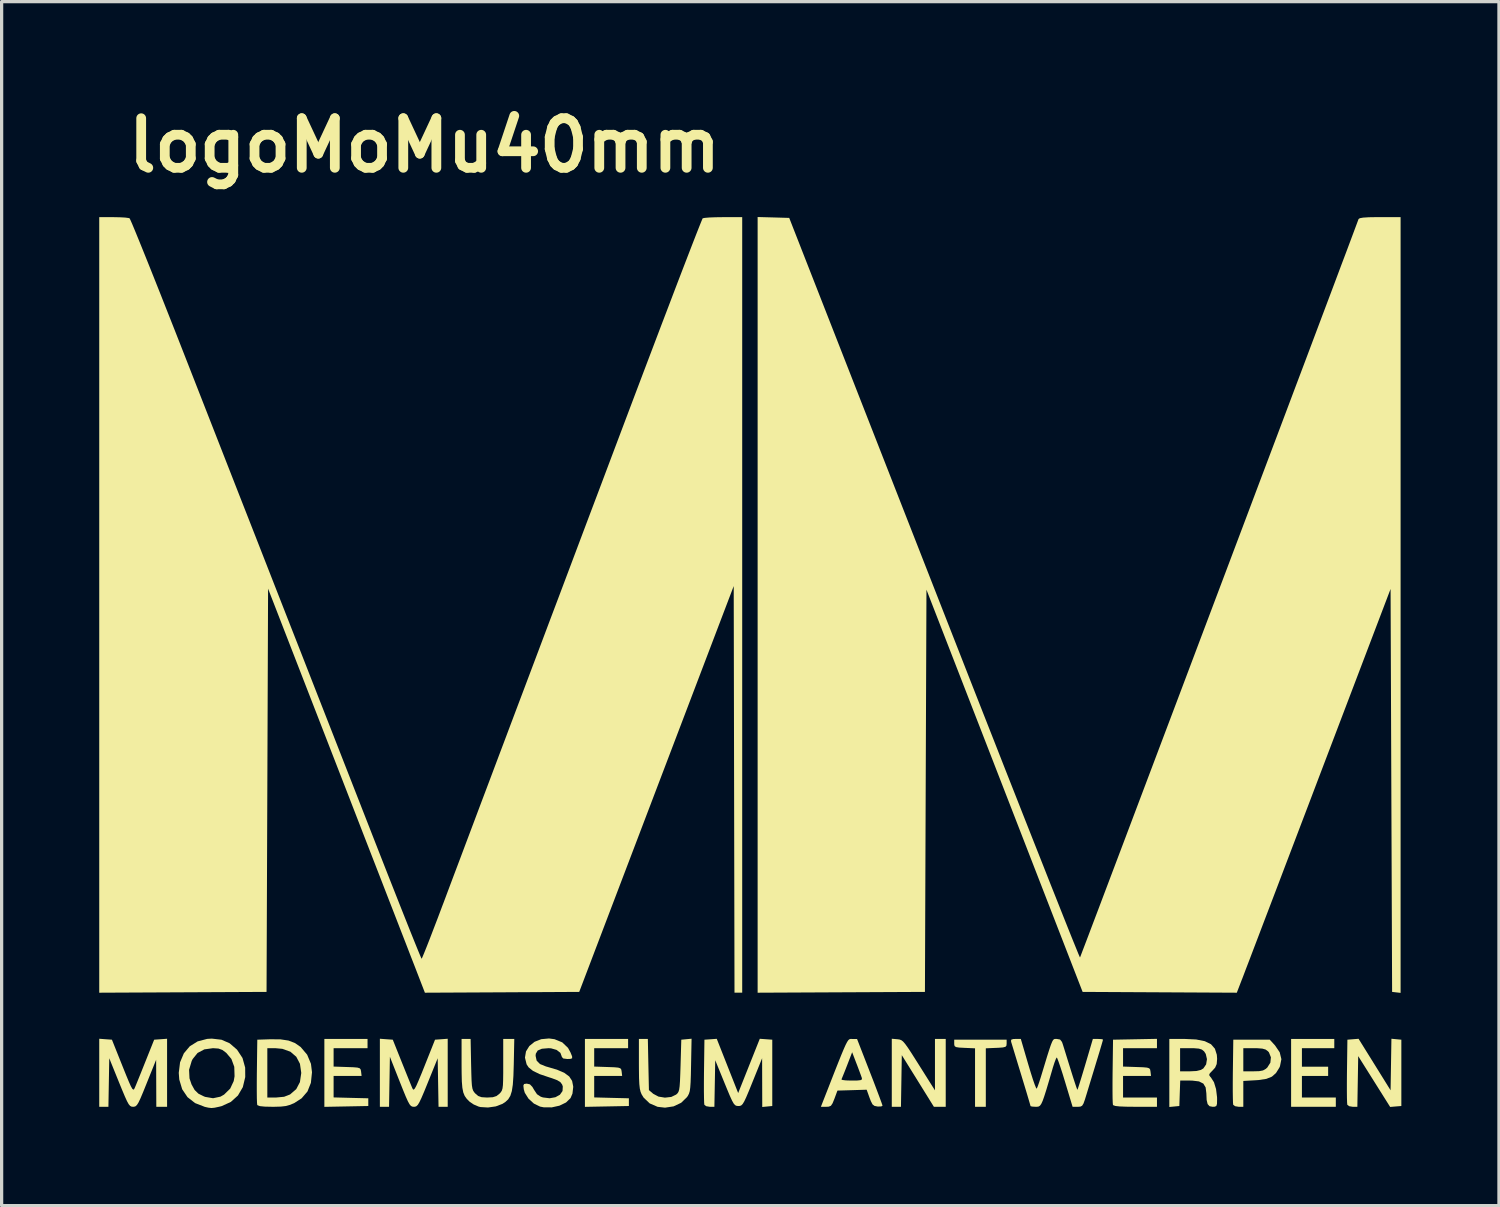
<source format=kicad_pcb>
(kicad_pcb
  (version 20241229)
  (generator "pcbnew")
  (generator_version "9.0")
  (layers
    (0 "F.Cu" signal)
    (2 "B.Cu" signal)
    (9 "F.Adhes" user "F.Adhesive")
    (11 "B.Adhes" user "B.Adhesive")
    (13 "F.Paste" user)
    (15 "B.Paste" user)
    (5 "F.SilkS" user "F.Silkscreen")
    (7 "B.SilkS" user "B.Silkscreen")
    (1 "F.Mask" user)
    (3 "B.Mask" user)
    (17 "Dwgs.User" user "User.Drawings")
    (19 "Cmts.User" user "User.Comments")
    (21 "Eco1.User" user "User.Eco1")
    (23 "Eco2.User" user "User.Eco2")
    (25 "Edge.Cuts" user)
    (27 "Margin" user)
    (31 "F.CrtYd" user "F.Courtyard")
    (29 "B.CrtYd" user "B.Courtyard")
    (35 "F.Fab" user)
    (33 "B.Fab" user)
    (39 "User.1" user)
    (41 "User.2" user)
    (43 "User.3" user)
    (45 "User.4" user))
  (footprint "logoMoMu40mm"
    (layer "F.Cu")
    (at 19.998 17.318)
    (property "Reference" "logoMoMu40mm" (at -10 -15.9 0) (layer "F.SilkS") (effects (font (size 1.524 1.524) (thickness 0.3))))
    (attr board_only exclude_from_pos_files exclude_from_bom)
    (fp_poly (pts (xy 17.96 11.847) (xy 16.965 11.847) (xy 16.965 12.416) (xy 17.771 12.416) (xy 17.771 12.7) (xy 16.965 12.7) (xy 16.965 13.363) (xy 18.007 13.363) (xy 18.007 13.648) (xy 16.633 13.648) (xy 16.633 11.563) (xy 17.96 11.563)) (stroke (width 0) (type solid)) (fill yes) (layer "F.SilkS"))
    (fp_poly (pts (xy 7.89 11.705) (xy 7.884 11.768) (xy 7.853 11.805) (xy 7.775 11.824) (xy 7.63 11.835) (xy 7.57 11.837) (xy 7.25 11.851) (xy 7.25 13.648) (xy 6.919 13.648) (xy 6.919 11.851) (xy 6.599 11.837) (xy 6.429 11.828) (xy 6.333 11.812) (xy 6.29 11.781) (xy 6.279 11.727) (xy 6.279 11.705) (xy 6.279 11.586) (xy 7.89 11.586)) (stroke (width 0) (type solid)) (fill yes) (layer "F.SilkS"))
    (fp_poly (pts (xy -11.752 11.847) (xy -12.795 11.847) (xy -12.795 12.412) (xy -12.38 12.426) (xy -12.182 12.433) (xy -12.059 12.444) (xy -11.992 12.465) (xy -11.963 12.502) (xy -11.951 12.562) (xy -11.95 12.57) (xy -11.935 12.7) (xy -12.795 12.7) (xy -12.795 13.36) (xy -12.262 13.374) (xy -11.729 13.387) (xy -11.729 13.624) (xy -13.079 13.65) (xy -13.079 11.563) (xy -11.752 11.563)) (stroke (width 0) (type solid)) (fill yes) (layer "F.SilkS"))
    (fp_poly (pts (xy -3.744 11.847) (xy -4.786 11.847) (xy -4.786 12.412) (xy -4.372 12.426) (xy -4.173 12.433) (xy -4.05 12.444) (xy -3.983 12.465) (xy -3.954 12.502) (xy -3.943 12.562) (xy -3.942 12.57) (xy -3.927 12.7) (xy -4.786 12.7) (xy -4.786 13.36) (xy -4.253 13.374) (xy -3.72 13.387) (xy -3.72 13.624) (xy -5.071 13.65) (xy -5.071 11.563) (xy -3.744 11.563)) (stroke (width 0) (type solid)) (fill yes) (layer "F.SilkS"))
    (fp_poly (pts (xy 4.534 11.572) (xy 4.595 11.58) (xy 4.65 11.599) (xy 4.705 11.64) (xy 4.771 11.715) (xy 4.856 11.833) (xy 4.969 12.005) (xy 5.12 12.243) (xy 5.197 12.365) (xy 5.687 13.143) (xy 5.687 11.563) (xy 6.018 11.563) (xy 6.018 13.648) (xy 5.654 13.648) (xy 5.161 12.854) (xy 4.668 12.061) (xy 4.642 13.648) (xy 4.36 13.648) (xy 4.36 11.557)) (stroke (width 0) (type solid)) (fill yes) (layer "F.SilkS"))
    (fp_poly (pts (xy 20.021 11.586) (xy 20.021 13.624) (xy 19.849 13.638) (xy 19.677 13.653) (xy 19.186 12.872) (xy 18.695 12.091) (xy 18.682 12.869) (xy 18.669 13.648) (xy 18.526 13.648) (xy 18.418 13.63) (xy 18.36 13.587) (xy 18.354 13.523) (xy 18.349 13.38) (xy 18.347 13.172) (xy 18.347 12.915) (xy 18.349 12.624) (xy 18.35 12.557) (xy 18.363 11.586) (xy 18.706 11.558) (xy 19.198 12.349) (xy 19.69 13.141) (xy 19.703 12.349) (xy 19.716 11.557)) (stroke (width 0) (type solid)) (fill yes) (layer "F.SilkS"))
    (fp_poly (pts (xy 12.51 11.847) (xy 11.468 11.847) (xy 11.468 12.412) (xy 11.883 12.426) (xy 12.081 12.433) (xy 12.204 12.444) (xy 12.271 12.465) (xy 12.3 12.502) (xy 12.311 12.562) (xy 12.312 12.57) (xy 12.327 12.7) (xy 11.468 12.7) (xy 11.468 13.363) (xy 12.51 13.363) (xy 12.51 13.648) (xy 11.846 13.648) (xy 11.561 13.645) (xy 11.361 13.637) (xy 11.234 13.623) (xy 11.169 13.601) (xy 11.157 13.587) (xy 11.151 13.523) (xy 11.146 13.38) (xy 11.144 13.172) (xy 11.144 12.915) (xy 11.146 12.624) (xy 11.147 12.557) (xy 11.16 11.586) (xy 11.835 11.573) (xy 12.51 11.56)) (stroke (width 0) (type solid)) (fill yes) (layer "F.SilkS"))
    (fp_poly (pts (xy -1.809 12.377) (xy -1.815 12.677) (xy -1.823 12.898) (xy -1.834 13.055) (xy -1.849 13.166) (xy -1.873 13.245) (xy -1.905 13.308) (xy -1.935 13.352) (xy -2.113 13.525) (xy -2.346 13.635) (xy -2.609 13.675) (xy -2.837 13.649) (xy -3.08 13.544) (xy -3.266 13.367) (xy -3.329 13.265) (xy -3.361 13.187) (xy -3.384 13.088) (xy -3.399 12.951) (xy -3.408 12.761) (xy -3.411 12.501) (xy -3.412 12.333) (xy -3.412 11.563) (xy -3.137 11.563) (xy -3.121 12.349) (xy -3.104 13.135) (xy -2.971 13.249) (xy -2.81 13.335) (xy -2.612 13.367) (xy -2.416 13.345) (xy -2.268 13.273) (xy -2.227 13.236) (xy -2.197 13.19) (xy -2.175 13.122) (xy -2.16 13.016) (xy -2.149 12.857) (xy -2.14 12.63) (xy -2.132 12.384) (xy -2.109 11.586) (xy -1.793 11.556)) (stroke (width 0) (type solid)) (fill yes) (layer "F.SilkS"))
    (fp_poly (pts (xy -17.913 13.648) (xy -18.244 13.648) (xy -18.249 12.202) (xy -18.54 12.925) (xy -18.648 13.193) (xy -18.729 13.385) (xy -18.79 13.514) (xy -18.839 13.592) (xy -18.882 13.632) (xy -18.927 13.646) (xy -18.958 13.648) (xy -19.006 13.643) (xy -19.049 13.62) (xy -19.094 13.567) (xy -19.146 13.472) (xy -19.214 13.322) (xy -19.305 13.105) (xy -19.388 12.902) (xy -19.69 12.156) (xy -19.703 12.902) (xy -19.716 13.648) (xy -19.998 13.648) (xy -19.998 11.557) (xy -19.803 11.572) (xy -19.608 11.586) (xy -19.286 12.392) (xy -19.172 12.675) (xy -19.087 12.88) (xy -19.026 13.016) (xy -18.983 13.093) (xy -18.952 13.121) (xy -18.929 13.11) (xy -18.912 13.079) (xy -18.876 12.995) (xy -18.813 12.841) (xy -18.73 12.636) (xy -18.635 12.399) (xy -18.585 12.274) (xy -18.31 11.586) (xy -18.111 11.572) (xy -17.913 11.557)) (stroke (width 0) (type solid)) (fill yes) (layer "F.SilkS"))
    (fp_poly (pts (xy -9.288 13.648) (xy -9.57 13.648) (xy -9.583 12.902) (xy -9.596 12.156) (xy -9.898 12.902) (xy -10.009 13.175) (xy -10.093 13.371) (xy -10.156 13.504) (xy -10.205 13.586) (xy -10.249 13.629) (xy -10.292 13.646) (xy -10.329 13.648) (xy -10.377 13.643) (xy -10.419 13.621) (xy -10.462 13.57) (xy -10.513 13.477) (xy -10.579 13.33) (xy -10.666 13.118) (xy -10.761 12.88) (xy -11.065 12.111) (xy -11.091 13.648) (xy -11.373 13.648) (xy -11.373 11.557) (xy -11.174 11.572) (xy -10.976 11.586) (xy -10.701 12.274) (xy -10.602 12.52) (xy -10.512 12.743) (xy -10.438 12.925) (xy -10.388 13.047) (xy -10.374 13.079) (xy -10.353 13.115) (xy -10.329 13.119) (xy -10.296 13.082) (xy -10.249 12.994) (xy -10.184 12.845) (xy -10.093 12.626) (xy -9.999 12.392) (xy -9.678 11.586) (xy -9.483 11.572) (xy -9.288 11.557)) (stroke (width 0) (type solid)) (fill yes) (layer "F.SilkS"))
    (fp_poly (pts (xy 0.495 11.572) (xy 0.687 11.586) (xy 0.687 13.624) (xy 0.533 13.639) (xy 0.379 13.654) (xy 0.377 12.904) (xy 0.375 12.155) (xy 0.078 12.89) (xy -0.031 13.159) (xy -0.113 13.353) (xy -0.175 13.484) (xy -0.224 13.564) (xy -0.267 13.606) (xy -0.311 13.622) (xy -0.355 13.624) (xy -0.408 13.62) (xy -0.452 13.6) (xy -0.497 13.551) (xy -0.548 13.461) (xy -0.615 13.316) (xy -0.703 13.105) (xy -0.779 12.92) (xy -1.066 12.217) (xy -1.079 12.932) (xy -1.092 13.648) (xy -1.235 13.648) (xy -1.343 13.63) (xy -1.4 13.587) (xy -1.407 13.523) (xy -1.411 13.38) (xy -1.414 13.172) (xy -1.414 12.915) (xy -1.412 12.624) (xy -1.411 12.557) (xy -1.398 11.586) (xy -1.208 11.573) (xy -1.019 11.559) (xy -0.69 12.393) (xy -0.361 13.226) (xy -0.029 12.392) (xy 0.303 11.558)) (stroke (width 0) (type solid)) (fill yes) (layer "F.SilkS"))
    (fp_poly (pts (xy 16.137 11.76) (xy 16.282 11.972) (xy 16.334 12.185) (xy 16.291 12.401) (xy 16.271 12.446) (xy 16.168 12.611) (xy 16.042 12.722) (xy 15.872 12.79) (xy 15.635 12.826) (xy 15.545 12.832) (xy 15.164 12.854) (xy 15.164 13.648) (xy 15.021 13.648) (xy 14.912 13.63) (xy 14.854 13.587) (xy 14.847 13.523) (xy 14.843 13.38) (xy 14.84 13.172) (xy 14.84 12.915) (xy 14.842 12.624) (xy 14.843 12.558) (xy 15.164 12.558) (xy 15.474 12.558) (xy 15.653 12.553) (xy 15.769 12.531) (xy 15.852 12.485) (xy 15.901 12.442) (xy 15.995 12.292) (xy 16.012 12.127) (xy 15.952 11.976) (xy 15.922 11.942) (xy 15.85 11.889) (xy 15.749 11.86) (xy 15.592 11.848) (xy 15.496 11.847) (xy 15.164 11.847) (xy 15.164 12.558) (xy 14.843 12.558) (xy 14.843 12.557) (xy 14.856 11.586) (xy 15.977 11.586)) (stroke (width 0) (type solid)) (fill yes) (layer "F.SilkS"))
    (fp_poly (pts (xy -14.432 11.575) (xy -14.183 11.612) (xy -13.982 11.689) (xy -13.808 11.811) (xy -13.806 11.813) (xy -13.608 12.047) (xy -13.491 12.327) (xy -13.459 12.586) (xy -13.493 12.912) (xy -13.598 13.177) (xy -13.778 13.387) (xy -13.998 13.53) (xy -14.131 13.588) (xy -14.26 13.624) (xy -14.416 13.642) (xy -14.63 13.648) (xy -14.677 13.648) (xy -14.91 13.643) (xy -15.059 13.628) (xy -15.132 13.601) (xy -15.143 13.587) (xy -15.149 13.523) (xy -15.154 13.38) (xy -15.156 13.172) (xy -15.156 12.915) (xy -15.154 12.624) (xy -15.153 12.557) (xy -15.144 11.847) (xy -14.832 11.847) (xy -14.832 13.363) (xy -14.56 13.363) (xy -14.316 13.34) (xy -14.133 13.269) (xy -14.133 13.269) (xy -13.943 13.105) (xy -13.83 12.889) (xy -13.79 12.615) (xy -13.79 12.6) (xy -13.829 12.327) (xy -13.942 12.111) (xy -14.124 11.955) (xy -14.37 11.867) (xy -14.584 11.847) (xy -14.832 11.847) (xy -15.144 11.847) (xy -15.14 11.586) (xy -14.75 11.573)) (stroke (width 0) (type solid)) (fill yes) (layer "F.SilkS"))
    (fp_poly (pts (xy -8.569 12.341) (xy -8.562 12.63) (xy -8.555 12.84) (xy -8.545 12.987) (xy -8.529 13.086) (xy -8.505 13.154) (xy -8.471 13.205) (xy -8.439 13.241) (xy -8.351 13.316) (xy -8.247 13.353) (xy -8.09 13.363) (xy -8.069 13.363) (xy -7.901 13.354) (xy -7.789 13.318) (xy -7.698 13.247) (xy -7.656 13.201) (xy -7.625 13.152) (xy -7.604 13.084) (xy -7.591 12.981) (xy -7.585 12.829) (xy -7.582 12.612) (xy -7.582 12.347) (xy -7.582 11.563) (xy -7.242 11.563) (xy -7.258 12.356) (xy -7.269 12.702) (xy -7.287 12.967) (xy -7.317 13.165) (xy -7.363 13.311) (xy -7.429 13.419) (xy -7.52 13.503) (xy -7.607 13.559) (xy -7.81 13.636) (xy -8.05 13.67) (xy -8.281 13.656) (xy -8.34 13.641) (xy -8.488 13.578) (xy -8.615 13.492) (xy -8.617 13.49) (xy -8.703 13.403) (xy -8.766 13.314) (xy -8.81 13.206) (xy -8.838 13.063) (xy -8.854 12.87) (xy -8.86 12.611) (xy -8.862 12.347) (xy -8.862 11.563) (xy -8.584 11.563)) (stroke (width 0) (type solid)) (fill yes) (layer "F.SilkS"))
    (fp_poly (pts (xy -16.241 11.587) (xy -15.992 11.695) (xy -15.769 11.887) (xy -15.76 11.897) (xy -15.595 12.148) (xy -15.513 12.443) (xy -15.511 12.735) (xy -15.585 13.044) (xy -15.735 13.301) (xy -15.953 13.498) (xy -16.231 13.626) (xy -16.301 13.644) (xy -16.45 13.676) (xy -16.549 13.686) (xy -16.644 13.675) (xy -16.752 13.651) (xy -17.051 13.535) (xy -17.285 13.352) (xy -17.449 13.109) (xy -17.538 12.812) (xy -17.554 12.605) (xy -17.542 12.51) (xy -17.237 12.51) (xy -17.224 12.774) (xy -17.161 12.961) (xy -17.066 13.132) (xy -16.95 13.245) (xy -16.78 13.329) (xy -16.74 13.344) (xy -16.5 13.385) (xy -16.273 13.337) (xy -16.162 13.274) (xy -15.973 13.089) (xy -15.865 12.858) (xy -15.839 12.709) (xy -15.848 12.419) (xy -15.936 12.179) (xy -16.093 11.992) (xy -16.214 11.901) (xy -16.334 11.858) (xy -16.499 11.847) (xy -16.505 11.847) (xy -16.769 11.884) (xy -16.976 11.994) (xy -17.126 12.18) (xy -17.156 12.239) (xy -17.237 12.51) (xy -17.542 12.51) (xy -17.514 12.281) (xy -17.398 12.006) (xy -17.216 11.789) (xy -16.974 11.638) (xy -16.68 11.561) (xy -16.537 11.553)) (stroke (width 0) (type solid)) (fill yes) (layer "F.SilkS"))
    (fp_poly (pts (xy 13.714 11.579) (xy 13.98 11.632) (xy 14.17 11.725) (xy 14.291 11.863) (xy 14.35 12.049) (xy 14.359 12.176) (xy 14.346 12.334) (xy 14.298 12.445) (xy 14.221 12.53) (xy 14.136 12.617) (xy 14.113 12.671) (xy 14.146 12.723) (xy 14.17 12.749) (xy 14.262 12.893) (xy 14.326 13.104) (xy 14.357 13.355) (xy 14.358 13.423) (xy 14.355 13.558) (xy 14.334 13.625) (xy 14.28 13.646) (xy 14.222 13.648) (xy 14.126 13.63) (xy 14.067 13.565) (xy 14.037 13.438) (xy 14.028 13.234) (xy 14.028 13.233) (xy 14.006 13.053) (xy 13.935 12.935) (xy 13.801 12.868) (xy 13.593 12.843) (xy 13.531 12.842) (xy 13.225 12.842) (xy 13.211 13.233) (xy 13.198 13.624) (xy 13.044 13.639) (xy 12.89 13.654) (xy 12.89 12.558) (xy 13.221 12.558) (xy 13.524 12.558) (xy 13.725 12.548) (xy 13.86 12.515) (xy 13.936 12.469) (xy 14.021 12.345) (xy 14.047 12.184) (xy 14.01 12.024) (xy 13.958 11.944) (xy 13.891 11.89) (xy 13.798 11.86) (xy 13.65 11.848) (xy 13.546 11.847) (xy 13.221 11.847) (xy 13.221 12.558) (xy 12.89 12.558) (xy 12.89 11.563) (xy 13.365 11.563)) (stroke (width 0) (type solid)) (fill yes) (layer "F.SilkS"))
    (fp_poly (pts (xy 3.147 11.564) (xy 3.293 11.565) (xy 3.684 12.571) (xy 3.797 12.861) (xy 3.896 13.122) (xy 3.978 13.34) (xy 4.038 13.503) (xy 4.071 13.598) (xy 4.075 13.616) (xy 4.034 13.638) (xy 3.934 13.64) (xy 3.922 13.639) (xy 3.829 13.621) (xy 3.768 13.574) (xy 3.716 13.473) (xy 3.678 13.374) (xy 3.588 13.123) (xy 3.139 13.137) (xy 2.69 13.15) (xy 2.598 13.399) (xy 2.54 13.541) (xy 2.49 13.616) (xy 2.424 13.644) (xy 2.343 13.648) (xy 2.181 13.648) (xy 2.269 13.423) (xy 2.447 12.969) (xy 2.51 12.807) (xy 2.812 12.807) (xy 2.844 12.824) (xy 2.95 12.837) (xy 3.106 12.842) (xy 3.128 12.842) (xy 3.303 12.84) (xy 3.402 12.829) (xy 3.442 12.806) (xy 3.441 12.765) (xy 3.439 12.759) (xy 3.41 12.677) (xy 3.357 12.534) (xy 3.291 12.359) (xy 3.277 12.324) (xy 3.142 11.971) (xy 2.988 12.371) (xy 2.917 12.552) (xy 2.858 12.699) (xy 2.82 12.79) (xy 2.812 12.807) (xy 2.51 12.807) (xy 2.593 12.595) (xy 2.712 12.294) (xy 2.807 12.058) (xy 2.882 11.878) (xy 2.94 11.748) (xy 2.986 11.659) (xy 3.022 11.604) (xy 3.053 11.575) (xy 3.082 11.564) (xy 3.113 11.562)) (stroke (width 0) (type solid)) (fill yes) (layer "F.SilkS"))
    (fp_poly (pts (xy -6.005 11.571) (xy -5.768 11.668) (xy -5.591 11.837) (xy -5.515 11.976) (xy -5.465 12.099) (xy -5.464 12.158) (xy -5.523 12.177) (xy -5.615 12.179) (xy -5.738 12.163) (xy -5.781 12.114) (xy -5.781 12.108) (xy -5.825 11.99) (xy -5.941 11.9) (xy -6.11 11.852) (xy -6.187 11.847) (xy -6.394 11.864) (xy -6.522 11.919) (xy -6.581 12.018) (xy -6.587 12.082) (xy -6.555 12.229) (xy -6.452 12.334) (xy -6.268 12.409) (xy -6.241 12.416) (xy -5.931 12.507) (xy -5.705 12.604) (xy -5.553 12.717) (xy -5.465 12.852) (xy -5.432 13.017) (xy -5.431 13.045) (xy -5.454 13.243) (xy -5.513 13.381) (xy -5.652 13.516) (xy -5.854 13.614) (xy -6.09 13.666) (xy -6.333 13.665) (xy -6.45 13.642) (xy -6.64 13.549) (xy -6.805 13.398) (xy -6.919 13.217) (xy -6.95 13.111) (xy -6.963 12.997) (xy -6.941 12.948) (xy -6.869 12.937) (xy -6.855 12.937) (xy -6.761 12.959) (xy -6.685 13.038) (xy -6.635 13.125) (xy -6.544 13.262) (xy -6.429 13.338) (xy -6.36 13.361) (xy -6.155 13.386) (xy -5.977 13.354) (xy -5.839 13.277) (xy -5.759 13.163) (xy -5.751 13.023) (xy -5.772 12.963) (xy -5.825 12.891) (xy -5.924 12.83) (xy -6.09 12.768) (xy -6.17 12.743) (xy -6.46 12.645) (xy -6.667 12.545) (xy -6.801 12.437) (xy -6.863 12.344) (xy -6.914 12.137) (xy -6.882 11.946) (xy -6.779 11.78) (xy -6.619 11.651) (xy -6.413 11.57) (xy -6.174 11.548)) (stroke (width 0) (type solid)) (fill yes) (layer "F.SilkS"))
    (fp_poly (pts (xy 0.723 -13.685) (xy 1.208 -13.671) (xy 5.663 -2.29) (xy 6.053 -1.294) (xy 6.434 -0.322) (xy 6.804 0.623) (xy 7.163 1.537) (xy 7.509 2.416) (xy 7.839 3.258) (xy 8.154 4.057) (xy 8.451 4.812) (xy 8.729 5.516) (xy 8.987 6.168) (xy 9.222 6.764) (xy 9.435 7.299) (xy 9.622 7.771) (xy 9.783 8.175) (xy 9.916 8.507) (xy 10.021 8.765) (xy 10.094 8.945) (xy 10.136 9.042) (xy 10.145 9.059) (xy 10.163 9.014) (xy 10.212 8.884) (xy 10.292 8.675) (xy 10.4 8.391) (xy 10.534 8.036) (xy 10.694 7.615) (xy 10.876 7.133) (xy 11.08 6.593) (xy 11.304 6.001) (xy 11.546 5.361) (xy 11.804 4.677) (xy 12.077 3.954) (xy 12.363 3.197) (xy 12.66 2.41) (xy 12.967 1.598) (xy 13.282 0.764) (xy 13.602 -0.085) (xy 13.927 -0.947) (xy 14.255 -1.816) (xy 14.584 -2.687) (xy 14.912 -3.557) (xy 15.238 -4.421) (xy 15.559 -5.274) (xy 15.875 -6.112) (xy 16.184 -6.93) (xy 16.483 -7.724) (xy 16.771 -8.489) (xy 17.047 -9.22) (xy 17.308 -9.914) (xy 17.553 -10.565) (xy 17.781 -11.17) (xy 17.989 -11.723) (xy 18.175 -12.22) (xy 18.34 -12.656) (xy 18.479 -13.028) (xy 18.592 -13.33) (xy 18.677 -13.558) (xy 18.706 -13.636) (xy 18.746 -13.662) (xy 18.847 -13.68) (xy 19.021 -13.691) (xy 19.277 -13.695) (xy 19.363 -13.695) (xy 19.998 -13.695) (xy 19.998 10.147) (xy 19.867 10.132) (xy 19.737 10.117) (xy 19.69 -2.267) (xy 17.487 3.522) (xy 17.215 4.239) (xy 16.949 4.937) (xy 16.693 5.61) (xy 16.448 6.253) (xy 16.218 6.859) (xy 16.003 7.423) (xy 15.806 7.939) (xy 15.63 8.402) (xy 15.476 8.806) (xy 15.347 9.145) (xy 15.244 9.413) (xy 15.171 9.606) (xy 15.129 9.716) (xy 15.124 9.727) (xy 14.964 10.142) (xy 10.225 10.117) (xy 7.826 3.937) (xy 5.426 -2.244) (xy 5.402 3.937) (xy 5.379 10.117) (xy 0.237 10.142) (xy 0.237 -13.698)) (stroke (width 0) (type solid)) (fill yes) (layer "F.SilkS"))
    (fp_poly (pts (xy 9.416 11.562) (xy 9.432 11.563) (xy 9.532 11.581) (xy 9.59 11.654) (xy 9.613 11.717) (xy 9.645 11.819) (xy 9.698 11.989) (xy 9.765 12.206) (xy 9.84 12.447) (xy 9.856 12.499) (xy 9.927 12.725) (xy 9.989 12.916) (xy 10.035 13.053) (xy 10.061 13.122) (xy 10.064 13.126) (xy 10.082 13.083) (xy 10.121 12.964) (xy 10.177 12.783) (xy 10.246 12.555) (xy 10.309 12.345) (xy 10.54 11.563) (xy 10.696 11.563) (xy 10.802 11.568) (xy 10.851 11.581) (xy 10.852 11.583) (xy 10.839 11.633) (xy 10.803 11.757) (xy 10.75 11.936) (xy 10.684 12.154) (xy 10.666 12.211) (xy 10.583 12.485) (xy 10.495 12.773) (xy 10.414 13.039) (xy 10.355 13.233) (xy 10.295 13.428) (xy 10.251 13.55) (xy 10.21 13.615) (xy 10.16 13.642) (xy 10.091 13.648) (xy 10.073 13.648) (xy 9.917 13.648) (xy 9.688 12.89) (xy 9.611 12.638) (xy 9.541 12.422) (xy 9.484 12.257) (xy 9.445 12.156) (xy 9.43 12.131) (xy 9.405 12.173) (xy 9.362 12.285) (xy 9.31 12.445) (xy 9.295 12.499) (xy 9.192 12.851) (xy 9.111 13.123) (xy 9.047 13.324) (xy 8.997 13.466) (xy 8.954 13.559) (xy 8.915 13.613) (xy 8.876 13.639) (xy 8.83 13.647) (xy 8.785 13.648) (xy 8.677 13.642) (xy 8.626 13.629) (xy 8.625 13.627) (xy 8.611 13.577) (xy 8.574 13.451) (xy 8.518 13.261) (xy 8.446 13.022) (xy 8.362 12.747) (xy 8.338 12.667) (xy 8.25 12.38) (xy 8.171 12.12) (xy 8.105 11.903) (xy 8.056 11.742) (xy 8.029 11.654) (xy 8.027 11.646) (xy 8.027 11.589) (xy 8.088 11.566) (xy 8.164 11.563) (xy 8.326 11.563) (xy 8.555 12.346) (xy 8.631 12.598) (xy 8.699 12.813) (xy 8.756 12.975) (xy 8.796 13.072) (xy 8.813 13.092) (xy 8.841 13.031) (xy 8.886 12.906) (xy 8.939 12.741) (xy 8.944 12.724) (xy 9.052 12.369) (xy 9.135 12.095) (xy 9.2 11.891) (xy 9.249 11.747) (xy 9.287 11.652) (xy 9.318 11.596) (xy 9.347 11.57) (xy 9.378 11.562)) (stroke (width 0) (type solid)) (fill yes) (layer "F.SilkS"))
    (fp_poly (pts (xy -0.237 10.141) (xy -0.474 10.141) (xy -0.486 3.892) (xy -0.498 -2.356) (xy -2.872 3.88) (xy -5.246 10.117) (xy -7.618 10.13) (xy -9.989 10.142) (xy -10.113 9.822) (xy -10.145 9.739) (xy -10.209 9.573) (xy -10.303 9.33) (xy -10.426 9.015) (xy -10.573 8.634) (xy -10.745 8.192) (xy -10.938 7.694) (xy -11.151 7.147) (xy -11.38 6.555) (xy -11.625 5.925) (xy -11.883 5.261) (xy -12.151 4.569) (xy -12.428 3.855) (xy -12.522 3.613) (xy -14.809 -2.276) (xy -14.832 3.921) (xy -14.856 10.117) (xy -19.998 10.142) (xy -19.998 -13.695) (xy -19.559 -13.694) (xy -19.361 -13.69) (xy -19.196 -13.681) (xy -19.089 -13.666) (xy -19.066 -13.659) (xy -19.041 -13.61) (xy -18.984 -13.48) (xy -18.898 -13.274) (xy -18.785 -12.998) (xy -18.648 -12.66) (xy -18.489 -12.265) (xy -18.311 -11.819) (xy -18.116 -11.329) (xy -17.908 -10.802) (xy -17.687 -10.243) (xy -17.461 -9.667) (xy -16.847 -8.099) (xy -16.266 -6.614) (xy -15.715 -5.206) (xy -15.192 -3.872) (xy -14.697 -2.606) (xy -14.226 -1.403) (xy -13.777 -0.258) (xy -13.35 0.835) (xy -12.94 1.881) (xy -12.548 2.883) (xy -12.17 3.849) (xy -11.805 4.782) (xy -11.558 5.414) (xy -11.338 5.976) (xy -11.128 6.511) (xy -10.929 7.015) (xy -10.746 7.479) (xy -10.58 7.897) (xy -10.434 8.264) (xy -10.31 8.572) (xy -10.211 8.816) (xy -10.14 8.988) (xy -10.099 9.082) (xy -10.09 9.098) (xy -10.068 9.055) (xy -10.017 8.933) (xy -9.94 8.742) (xy -9.841 8.49) (xy -9.725 8.187) (xy -9.593 7.844) (xy -9.452 7.469) (xy -9.418 7.381) (xy -9.279 7.01) (xy -9.112 6.565) (xy -8.922 6.062) (xy -8.716 5.514) (xy -8.499 4.938) (xy -8.277 4.347) (xy -8.054 3.757) (xy -7.838 3.183) (xy -7.71 2.843) (xy -7.566 2.462) (xy -7.392 1.999) (xy -7.19 1.463) (xy -6.963 0.862) (xy -6.715 0.204) (xy -6.448 -0.504) (xy -6.166 -1.254) (xy -5.87 -2.037) (xy -5.565 -2.847) (xy -5.253 -3.676) (xy -4.937 -4.515) (xy -4.619 -5.356) (xy -4.304 -6.193) (xy -4.075 -6.8) (xy -3.784 -7.572) (xy -3.502 -8.319) (xy -3.23 -9.037) (xy -2.97 -9.722) (xy -2.725 -10.368) (xy -2.495 -10.97) (xy -2.284 -11.525) (xy -2.092 -12.026) (xy -1.921 -12.469) (xy -1.774 -12.85) (xy -1.652 -13.163) (xy -1.557 -13.404) (xy -1.491 -13.568) (xy -1.456 -13.65) (xy -1.451 -13.659) (xy -1.385 -13.672) (xy -1.245 -13.684) (xy -1.051 -13.691) (xy -0.824 -13.694) (xy -0.817 -13.694) (xy -0.237 -13.695)) (stroke (width 0) (type solid)) (fill yes) (layer "F.SilkS")))
  (gr_rect
    (start -3 -3)
    (end 43.019 34.004)
    (stroke (width 0.1) (type default))
    (fill no)
    (layer "Edge.Cuts")))
</source>
